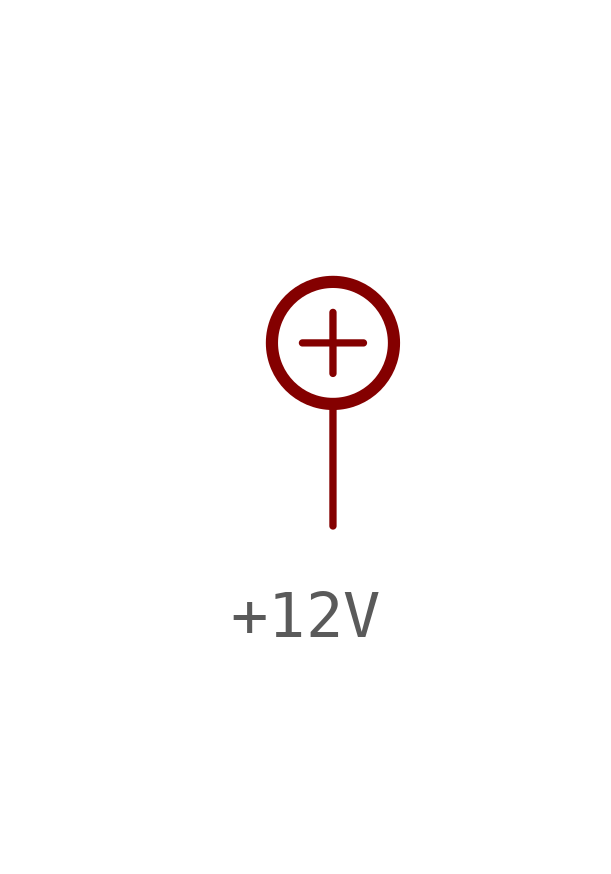
<source format=kicad_sym>
(kicad_symbol_lib
  (version 20231120)
  (generator "kicad_symbol_editor")
  (generator_version "8.0")
  (symbol "+12V"
    (power)
    (property "Reference" "#SUPPLY"
      (at 0 0 0)
      (effects (font (size 1.27 1.27)) (hide yes)))
    (property "Value" ""
      (at -2.54 3.175 0)
      (effects (font (size 1.778 1.511)) (justify left bottom)))
    (property "ki_locked" ""
      (at 0 0 0)
      (effects (font (size 1.27 1.27))))
    (symbol "+12V_1_0"
      (polyline (pts (xy -0.635 1.27) (xy 0.635 1.27)) (stroke (width 0.152) (type solid)) (fill (type none)))
      (polyline (pts (xy 0 1.905) (xy 0 0.635)) (stroke (width 0.152) (type solid)) (fill (type none)))
      (circle (center 0 1.27) (radius 1.27) (stroke (width 0.254) (type solid)) (fill (type none)))
      (pin power_in line (at 0 -2.54 90) (length 2.54) (name "+12V" (effects (font (size 0 0)))) (number "1" (effects (font (size 0 0))))))))
</source>
